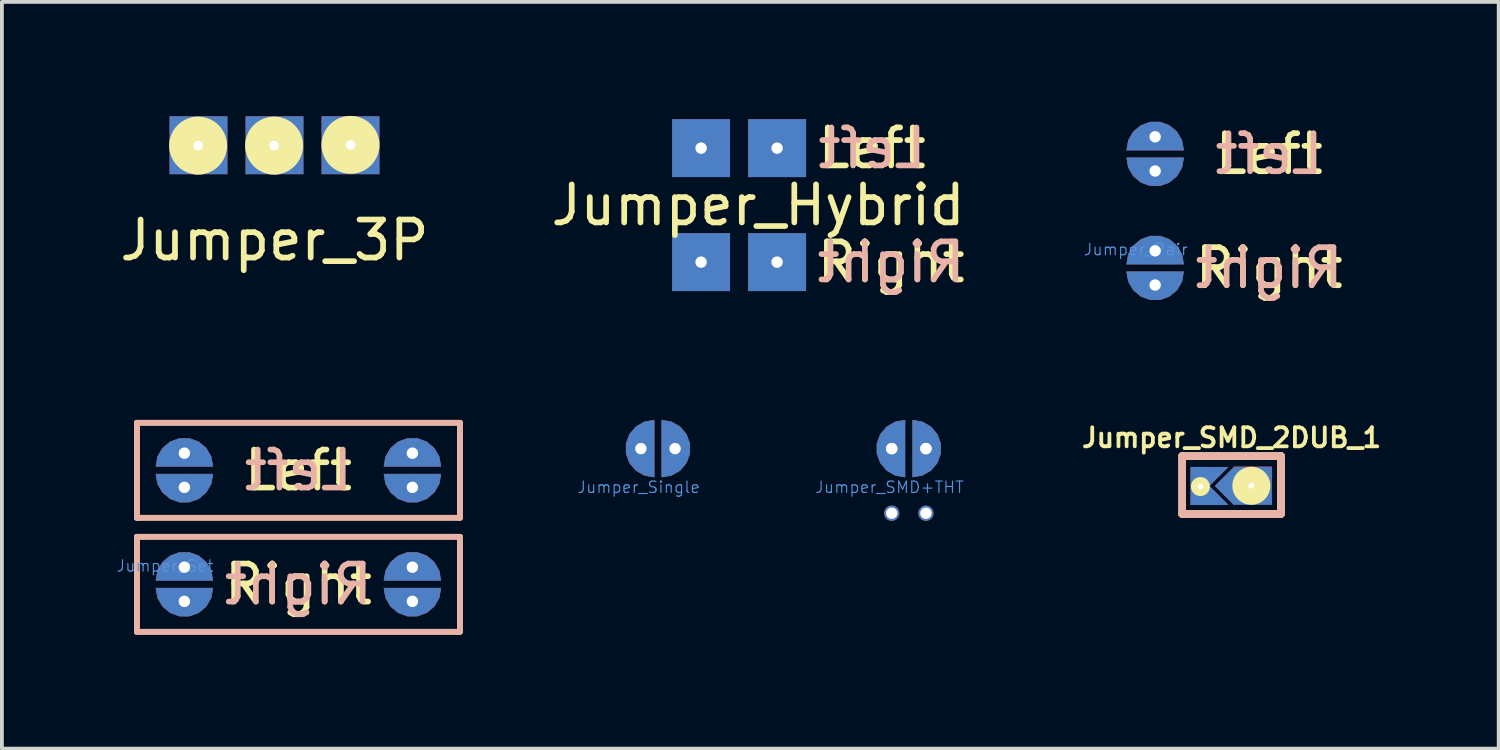
<source format=kicad_pcb>
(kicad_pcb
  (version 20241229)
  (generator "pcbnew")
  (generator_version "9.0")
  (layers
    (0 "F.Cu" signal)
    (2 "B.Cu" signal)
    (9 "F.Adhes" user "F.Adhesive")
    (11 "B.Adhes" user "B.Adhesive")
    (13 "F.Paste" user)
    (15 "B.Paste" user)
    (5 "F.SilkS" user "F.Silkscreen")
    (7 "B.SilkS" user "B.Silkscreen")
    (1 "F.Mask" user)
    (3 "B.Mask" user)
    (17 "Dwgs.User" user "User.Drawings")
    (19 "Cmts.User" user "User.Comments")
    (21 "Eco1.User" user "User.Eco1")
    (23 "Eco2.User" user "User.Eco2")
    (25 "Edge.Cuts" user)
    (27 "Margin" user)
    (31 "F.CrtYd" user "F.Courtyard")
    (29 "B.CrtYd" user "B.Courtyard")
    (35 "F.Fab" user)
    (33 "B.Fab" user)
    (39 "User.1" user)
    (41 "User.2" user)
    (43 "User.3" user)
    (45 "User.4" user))
  (footprint "Jumper_SMD+THT"
    (layer "F.Cu")
    (at 20.865 8.755)
    (property "Reference" "Jumper_SMD+THT" (at -0.508 1.016 0) (layer "Cmts.User") (effects (font (size 0.3 0.3) (thickness 0.03))))
    (attr through_hole)
    (fp_poly (pts (xy -0.1 -0.75) (xy -0.356 -0.705) (xy -0.582 -0.575) (xy -0.75 -0.375) (xy -0.839 -0.13) (xy -0.839 0.13) (xy -0.75 0.375) (xy -0.582 0.575) (xy -0.356 0.705) (xy -0.1 0.75) (xy -0.1 -0.75)) (stroke (width 0.01) (type solid)) (fill yes) (layer "F.Cu"))
    (fp_poly (pts (xy 0.1 0.75) (xy 0.356 0.705) (xy 0.582 0.575) (xy 0.75 0.375) (xy 0.839 0.13) (xy 0.839 -0.13) (xy 0.75 -0.375) (xy 0.582 -0.575) (xy 0.356 -0.705) (xy 0.1 -0.75) (xy 0.1 0.75)) (stroke (width 0.01) (type solid)) (fill yes) (layer "F.Cu"))
    (fp_poly (pts (xy -0.1 -0.75) (xy -0.356 -0.705) (xy -0.582 -0.575) (xy -0.75 -0.375) (xy -0.839 -0.13) (xy -0.839 0.13) (xy -0.75 0.375) (xy -0.582 0.575) (xy -0.356 0.705) (xy -0.1 0.75) (xy -0.1 -0.75)) (stroke (width 0.01) (type solid)) (fill yes) (layer "B.Cu"))
    (fp_poly (pts (xy 0.1 0.75) (xy 0.356 0.705) (xy 0.582 0.575) (xy 0.75 0.375) (xy 0.839 0.13) (xy 0.839 -0.13) (xy 0.75 -0.375) (xy 0.582 -0.575) (xy 0.356 -0.705) (xy 0.1 -0.75) (xy 0.1 0.75)) (stroke (width 0.01) (type solid)) (fill yes) (layer "B.Cu"))
    (pad "1" thru_hole circle (at -0.45 0) (size 0.4 0.4) (drill 0.3) (layers "*.Cu" "*.Mask"))
    (pad "1" thru_hole circle (at -0.45 0) (size 0.4 0.4) (drill 0.3) (layers "*.Cu" "*.Mask"))
    (pad "1" thru_hole circle (at -0.45 1.7) (size 0.4 0.4) (drill 0.3) (layers "*.Cu" "*.Mask"))
    (pad "2" thru_hole circle (at 0.45 0) (size 0.4 0.4) (drill 0.3) (layers "*.Cu" "*.Mask"))
    (pad "2" thru_hole circle (at 0.45 0) (size 0.4 0.4) (drill 0.3) (layers "*.Cu" "*.Mask"))
    (pad "2" thru_hole circle (at 0.45 1.7) (size 0.4 0.4) (drill 0.3) (layers "*.Cu" "*.Mask")))
  (footprint "Jumper_Single"
    (layer "F.Cu")
    (at 14.264 8.755)
    (property "Reference" "Jumper_Single" (at -0.508 1.016 0) (layer "Cmts.User") (effects (font (size 0.3 0.3) (thickness 0.03))))
    (attr through_hole)
    (fp_poly (pts (xy -0.1 -0.75) (xy -0.356 -0.705) (xy -0.582 -0.575) (xy -0.75 -0.375) (xy -0.839 -0.13) (xy -0.839 0.13) (xy -0.75 0.375) (xy -0.582 0.575) (xy -0.356 0.705) (xy -0.1 0.75) (xy -0.1 -0.75)) (stroke (width 0.01) (type solid)) (fill yes) (layer "F.Cu"))
    (fp_poly (pts (xy 0.1 0.75) (xy 0.356 0.705) (xy 0.582 0.575) (xy 0.75 0.375) (xy 0.839 0.13) (xy 0.839 -0.13) (xy 0.75 -0.375) (xy 0.582 -0.575) (xy 0.356 -0.705) (xy 0.1 -0.75) (xy 0.1 0.75)) (stroke (width 0.01) (type solid)) (fill yes) (layer "F.Cu"))
    (fp_poly (pts (xy -0.1 -0.75) (xy -0.356 -0.705) (xy -0.582 -0.575) (xy -0.75 -0.375) (xy -0.839 -0.13) (xy -0.839 0.13) (xy -0.75 0.375) (xy -0.582 0.575) (xy -0.356 0.705) (xy -0.1 0.75) (xy -0.1 -0.75)) (stroke (width 0.01) (type solid)) (fill yes) (layer "B.Cu"))
    (fp_poly (pts (xy 0.1 0.75) (xy 0.356 0.705) (xy 0.582 0.575) (xy 0.75 0.375) (xy 0.839 0.13) (xy 0.839 -0.13) (xy 0.75 -0.375) (xy 0.582 -0.575) (xy 0.356 -0.705) (xy 0.1 -0.75) (xy 0.1 0.75)) (stroke (width 0.01) (type solid)) (fill yes) (layer "B.Cu"))
    (pad "1" thru_hole circle (at -0.45 0) (size 0.4 0.4) (drill 0.3) (layers "*.Cu" "*.Mask"))
    (pad "2" thru_hole circle (at 0.45 0) (size 0.4 0.4) (drill 0.3) (layers "*.Cu" "*.Mask")))
  (footprint "Jumper_Set"
    (layer "F.Cu")
    (at 1.802 10.825)
    (property "Reference" "Jumper_Set" (at -0.508 1.016 0) (layer "Cmts.User") (effects (font (size 0.3 0.3) (thickness 0.03))))
    (attr through_hole)
    (fp_poly (pts (xy -0.75 -1.4) (xy -0.705 -1.143) (xy -0.575 -0.918) (xy -0.375 -0.75) (xy -0.13 -0.661) (xy 0.13 -0.661) (xy 0.375 -0.75) (xy 0.575 -0.918) (xy 0.705 -1.143) (xy 0.75 -1.4) (xy -0.75 -1.4)) (stroke (width 0.01) (type solid)) (fill yes) (layer "F.Cu"))
    (fp_poly (pts (xy -0.75 1.6) (xy -0.705 1.857) (xy -0.575 2.082) (xy -0.375 2.249) (xy -0.13 2.339) (xy 0.13 2.339) (xy 0.375 2.249) (xy 0.575 2.082) (xy 0.705 1.857) (xy 0.75 1.6) (xy -0.75 1.6)) (stroke (width 0.01) (type solid)) (fill yes) (layer "F.Cu"))
    (fp_poly (pts (xy 0.75 -1.6) (xy 0.705 -1.857) (xy 0.575 -2.082) (xy 0.375 -2.249) (xy 0.13 -2.339) (xy -0.13 -2.339) (xy -0.375 -2.249) (xy -0.575 -2.082) (xy -0.705 -1.857) (xy -0.75 -1.6) (xy 0.75 -1.6)) (stroke (width 0.01) (type solid)) (fill yes) (layer "F.Cu"))
    (fp_poly (pts (xy 0.75 1.4) (xy 0.705 1.143) (xy 0.575 0.918) (xy 0.375 0.75) (xy 0.13 0.661) (xy -0.13 0.661) (xy -0.375 0.75) (xy -0.575 0.918) (xy -0.705 1.143) (xy -0.75 1.4) (xy 0.75 1.4)) (stroke (width 0.01) (type solid)) (fill yes) (layer "F.Cu"))
    (fp_poly (pts (xy 5.25 -1.4) (xy 5.295 -1.143) (xy 5.426 -0.918) (xy 5.625 -0.75) (xy 5.87 -0.661) (xy 6.13 -0.661) (xy 6.375 -0.75) (xy 6.574 -0.918) (xy 6.705 -1.143) (xy 6.75 -1.4) (xy 5.25 -1.4)) (stroke (width 0.01) (type solid)) (fill yes) (layer "F.Cu"))
    (fp_poly (pts (xy 5.25 1.6) (xy 5.295 1.857) (xy 5.426 2.082) (xy 5.625 2.249) (xy 5.87 2.339) (xy 6.13 2.339) (xy 6.375 2.249) (xy 6.574 2.082) (xy 6.705 1.857) (xy 6.75 1.6) (xy 5.25 1.6)) (stroke (width 0.01) (type solid)) (fill yes) (layer "F.Cu"))
    (fp_poly (pts (xy 6.75 -1.6) (xy 6.705 -1.857) (xy 6.574 -2.082) (xy 6.375 -2.249) (xy 6.13 -2.339) (xy 5.87 -2.339) (xy 5.625 -2.249) (xy 5.426 -2.082) (xy 5.295 -1.857) (xy 5.25 -1.6) (xy 6.75 -1.6)) (stroke (width 0.01) (type solid)) (fill yes) (layer "F.Cu"))
    (fp_poly (pts (xy 6.75 1.4) (xy 6.705 1.143) (xy 6.574 0.918) (xy 6.375 0.75) (xy 6.13 0.661) (xy 5.87 0.661) (xy 5.625 0.75) (xy 5.426 0.918) (xy 5.295 1.143) (xy 5.25 1.4) (xy 6.75 1.4)) (stroke (width 0.01) (type solid)) (fill yes) (layer "F.Cu"))
    (fp_poly (pts (xy -0.75 -1.4) (xy -0.705 -1.143) (xy -0.575 -0.918) (xy -0.375 -0.75) (xy -0.13 -0.661) (xy 0.13 -0.661) (xy 0.375 -0.75) (xy 0.575 -0.918) (xy 0.705 -1.143) (xy 0.75 -1.4) (xy -0.75 -1.4)) (stroke (width 0.01) (type solid)) (fill yes) (layer "B.Cu"))
    (fp_poly (pts (xy -0.75 1.6) (xy -0.705 1.857) (xy -0.575 2.082) (xy -0.375 2.249) (xy -0.13 2.339) (xy 0.13 2.339) (xy 0.375 2.249) (xy 0.575 2.082) (xy 0.705 1.857) (xy 0.75 1.6) (xy -0.75 1.6)) (stroke (width 0.01) (type solid)) (fill yes) (layer "B.Cu"))
    (fp_poly (pts (xy 0.75 -1.6) (xy 0.705 -1.857) (xy 0.575 -2.082) (xy 0.375 -2.249) (xy 0.13 -2.339) (xy -0.13 -2.339) (xy -0.375 -2.249) (xy -0.575 -2.082) (xy -0.705 -1.857) (xy -0.75 -1.6) (xy 0.75 -1.6)) (stroke (width 0.01) (type solid)) (fill yes) (layer "B.Cu"))
    (fp_poly (pts (xy 0.75 1.4) (xy 0.705 1.143) (xy 0.575 0.918) (xy 0.375 0.75) (xy 0.13 0.661) (xy -0.13 0.661) (xy -0.375 0.75) (xy -0.575 0.918) (xy -0.705 1.143) (xy -0.75 1.4) (xy 0.75 1.4)) (stroke (width 0.01) (type solid)) (fill yes) (layer "B.Cu"))
    (fp_poly (pts (xy 5.25 -1.4) (xy 5.295 -1.143) (xy 5.426 -0.918) (xy 5.625 -0.75) (xy 5.87 -0.661) (xy 6.13 -0.661) (xy 6.375 -0.75) (xy 6.574 -0.918) (xy 6.705 -1.143) (xy 6.75 -1.4) (xy 5.25 -1.4)) (stroke (width 0.01) (type solid)) (fill yes) (layer "B.Cu"))
    (fp_poly (pts (xy 5.25 1.6) (xy 5.295 1.857) (xy 5.426 2.082) (xy 5.625 2.249) (xy 5.87 2.339) (xy 6.13 2.339) (xy 6.375 2.249) (xy 6.574 2.082) (xy 6.705 1.857) (xy 6.75 1.6) (xy 5.25 1.6)) (stroke (width 0.01) (type solid)) (fill yes) (layer "B.Cu"))
    (fp_poly (pts (xy 6.75 -1.6) (xy 6.705 -1.857) (xy 6.574 -2.082) (xy 6.375 -2.249) (xy 6.13 -2.339) (xy 5.87 -2.339) (xy 5.625 -2.249) (xy 5.426 -2.082) (xy 5.295 -1.857) (xy 5.25 -1.6) (xy 6.75 -1.6)) (stroke (width 0.01) (type solid)) (fill yes) (layer "B.Cu"))
    (fp_poly (pts (xy 6.75 1.4) (xy 6.705 1.143) (xy 6.574 0.918) (xy 6.375 0.75) (xy 6.13 0.661) (xy 5.87 0.661) (xy 5.625 0.75) (xy 5.426 0.918) (xy 5.295 1.143) (xy 5.25 1.4) (xy 6.75 1.4)) (stroke (width 0.01) (type solid)) (fill yes) (layer "B.Cu"))
    (fp_line (start -1.25 -2.75) (end 7.25 -2.75) (stroke (width 0.15) (type solid)) (layer "F.SilkS"))
    (fp_line (start -1.25 -0.25) (end -1.25 -2.75) (stroke (width 0.15) (type solid)) (layer "F.SilkS"))
    (fp_line (start -1.25 0.25) (end -1.25 2.75) (stroke (width 0.15) (type solid)) (layer "F.SilkS"))
    (fp_line (start -1.25 2.75) (end 7.25 2.75) (stroke (width 0.15) (type solid)) (layer "F.SilkS"))
    (fp_line (start 7.25 -2.75) (end 7.25 -0.25) (stroke (width 0.15) (type solid)) (layer "F.SilkS"))
    (fp_line (start 7.25 -0.25) (end -1.25 -0.25) (stroke (width 0.15) (type solid)) (layer "F.SilkS"))
    (fp_line (start 7.25 0.25) (end -1.25 0.25) (stroke (width 0.15) (type solid)) (layer "F.SilkS"))
    (fp_line (start 7.25 2.75) (end 7.25 0.25) (stroke (width 0.15) (type solid)) (layer "F.SilkS"))
    (fp_line (start -1.25 -2.75) (end 7.25 -2.75) (stroke (width 0.15) (type solid)) (layer "B.SilkS"))
    (fp_line (start -1.25 -0.25) (end -1.25 -2.75) (stroke (width 0.15) (type solid)) (layer "B.SilkS"))
    (fp_line (start -1.25 0.25) (end -1.25 2.75) (stroke (width 0.15) (type solid)) (layer "B.SilkS"))
    (fp_line (start -1.25 2.75) (end 7.25 2.75) (stroke (width 0.15) (type solid)) (layer "B.SilkS"))
    (fp_line (start 7.25 -2.75) (end 7.25 -0.25) (stroke (width 0.15) (type solid)) (layer "B.SilkS"))
    (fp_line (start 7.25 -0.25) (end -1.25 -0.25) (stroke (width 0.15) (type solid)) (layer "B.SilkS"))
    (fp_line (start 7.25 0.25) (end -1.25 0.25) (stroke (width 0.15) (type solid)) (layer "B.SilkS"))
    (fp_line (start 7.25 2.75) (end 7.25 0.25) (stroke (width 0.15) (type solid)) (layer "B.SilkS"))
    (fp_text user "Left" (at 3 -1.5 0) (layer "F.SilkS") (effects (font (size 1 1) (thickness 0.15))))
    (fp_text user "Right" (at 3 1.5 0) (layer "F.SilkS") (effects (font (size 1 1) (thickness 0.15))))
    (fp_text user "Left" (at 3 -1.5 0) (layer "B.SilkS") (effects (font (size 1 1) (thickness 0.15)) (justify mirror)))
    (fp_text user "Right" (at 3 1.5 0) (layer "B.SilkS") (effects (font (size 1 1) (thickness 0.15)) (justify mirror)))
    (pad "" smd circle (at 0 -1.5) (size 2 2) (layers "*.Mask"))
    (pad "" smd circle (at 0 1.5) (size 2 2) (layers "*.Mask"))
    (pad "" smd circle (at 6 -1.5) (size 2 2) (layers "*.Mask"))
    (pad "" smd circle (at 6 1.5) (size 2 2) (layers "*.Mask"))
    (pad "1" thru_hole circle (at 0 -1.95) (size 0.4 0.4) (drill 0.3) (layers "*.Cu" "*.Mask"))
    (pad "2" thru_hole circle (at 0 -1.05) (size 0.4 0.4) (drill 0.3) (layers "*.Cu" "*.Mask"))
    (pad "2" thru_hole circle (at 0 1.05) (size 0.4 0.4) (drill 0.3) (layers "*.Cu" "*.Mask"))
    (pad "3" thru_hole circle (at 0 1.95) (size 0.4 0.4) (drill 0.3) (layers "*.Cu" "*.Mask"))
    (pad "4" thru_hole circle (at 6 -1.95) (size 0.4 0.4) (drill 0.3) (layers "*.Cu" "*.Mask"))
    (pad "5" thru_hole circle (at 6 -1.05) (size 0.4 0.4) (drill 0.3) (layers "*.Cu" "*.Mask"))
    (pad "5" thru_hole circle (at 6 1.05) (size 0.4 0.4) (drill 0.3) (layers "*.Cu" "*.Mask"))
    (pad "6" thru_hole circle (at 6 1.95) (size 0.4 0.4) (drill 0.3) (layers "*.Cu" "*.Mask")))
  (footprint "Jumper_SMD_2DUB_1"
    (layer "F.Cu")
    (at 29.358 9.713)
    (property "Reference" "Jumper_SMD_2DUB_1" (at 0 -1.245 0) (layer "F.SilkS") (effects (font (size 0.5 0.5) (thickness 0.1))))
    (attr through_hole)
    (fp_line (start -1.3 -0.762) (end 1.3 -0.762) (stroke (width 0.2) (type solid)) (layer "F.SilkS"))
    (fp_line (start -1.3 0.762) (end -1.3 -0.762) (stroke (width 0.2) (type solid)) (layer "F.SilkS"))
    (fp_line (start 1.3 -0.762) (end 1.3 0.762) (stroke (width 0.2) (type solid)) (layer "F.SilkS"))
    (fp_line (start 1.3 0.762) (end -1.3 0.762) (stroke (width 0.2) (type solid)) (layer "F.SilkS"))
    (fp_line (start -1.3 -0.762) (end 1.3 -0.762) (stroke (width 0.2) (type solid)) (layer "B.SilkS"))
    (fp_line (start -1.3 0.762) (end -1.3 -0.762) (stroke (width 0.2) (type solid)) (layer "B.SilkS"))
    (fp_line (start 1.3 -0.762) (end 1.3 0.762) (stroke (width 0.2) (type solid)) (layer "B.SilkS"))
    (fp_line (start 1.3 0.762) (end -1.3 0.762) (stroke (width 0.2) (type solid)) (layer "B.SilkS"))
    (pad "1" smd rect (at -0.831 0.025 180) (size 0.5 1) (layers "F.Cu" "F.Mask" "F.Paste"))
    (pad "1" smd rect (at -0.831 0.025 180) (size 0.5 1) (layers "B.Cu" "B.Mask" "B.Paste"))
    (pad "1" thru_hole circle (at -0.82 0.04) (size 0.5 0.5) (drill 0.15) (layers "*.Cu" "*.Mask" "F.SilkS"))
    (pad "1" smd trapezoid (at -0.581 -0.225 180) (size 0.5 0.5) (rect_delta 0 0.5) (layers "F.Cu" "F.Mask" "F.Paste"))
    (pad "1" smd trapezoid (at -0.581 -0.225 180) (size 0.5 0.5) (rect_delta 0 0.5) (layers "B.Cu" "B.Mask" "B.Paste"))
    (pad "1" smd trapezoid (at -0.581 0.275) (size 0.5 0.5) (rect_delta 0 0.5) (layers "F.Cu" "F.Mask" "F.Paste"))
    (pad "1" smd trapezoid (at -0.581 0.275) (size 0.5 0.5) (rect_delta 0 0.5) (layers "B.Cu" "B.Mask" "B.Paste"))
    (pad "2" smd rect (at 0.059 0.025 45) (size 0.707 0.707) (layers "F.Cu" "F.Mask" "F.Paste"))
    (pad "2" smd rect (at 0.059 0.025 45) (size 0.707 0.707) (layers "B.Cu" "B.Mask" "B.Paste"))
    (pad "2" thru_hole circle (at 0.52 0.02) (size 1 1) (drill 0.15) (layers "*.Cu" "*.Mask" "F.SilkS"))
    (pad "2" smd rect (at 0.56 0.01) (size 1 1) (layers "F.Cu" "F.Mask" "F.Paste"))
    (pad "2" smd rect (at 0.56 0.02) (size 1 1) (layers "B.Cu" "B.Mask" "B.Paste")))
  (footprint "Jumper_3P"
    (layer "F.Cu")
    (at 4.173 2.772)
    (property "Reference" "Jumper_3P" (at 0 0.5 0) (layer "F.SilkS") (effects (font (size 1 1) (thickness 0.15))))
    (attr through_hole)
    (pad "1" thru_hole circle (at -2.01 -1.99) (size 1.524 1.524) (drill 0.25) (layers "*.Cu" "*.Mask" "F.SilkS"))
    (pad "1" smd rect (at -2 -2) (size 1.524 1.524) (layers "F.Cu" "F.Mask" "F.Paste"))
    (pad "1" smd rect (at -2 -2) (size 1.524 1.524) (layers "F.Mask" "B.Cu" "F.Paste"))
    (pad "2" thru_hole circle (at -0.01 -1.99) (size 1.524 1.524) (drill 0.25) (layers "*.Cu" "*.Mask" "F.SilkS"))
    (pad "2" smd rect (at 0 -2) (size 1.524 1.524) (layers "F.Cu" "F.Mask" "F.Paste"))
    (pad "2" smd rect (at 0 -2) (size 1.524 1.524) (layers "F.Mask" "B.Cu" "F.Paste"))
    (pad "3" thru_hole circle (at 2 -2.01) (size 1.524 1.524) (drill 0.25) (layers "*.Cu" "*.Mask" "F.SilkS"))
    (pad "3" smd rect (at 2 -2) (size 1.524 1.524) (layers "F.Cu" "F.Mask" "F.Paste"))
    (pad "3" smd rect (at 2 -2) (size 1.524 1.524) (layers "F.Mask" "B.Cu" "F.Paste")))
  (footprint "Jumper_Pair"
    (layer "F.Cu")
    (at 27.347 2.5)
    (property "Reference" "Jumper_Pair" (at -0.508 1.016 0) (layer "Cmts.User") (effects (font (size 0.3 0.3) (thickness 0.03))))
    (attr through_hole)
    (fp_poly (pts (xy -0.75 -1.4) (xy -0.705 -1.143) (xy -0.575 -0.918) (xy -0.375 -0.75) (xy -0.13 -0.661) (xy 0.13 -0.661) (xy 0.375 -0.75) (xy 0.575 -0.918) (xy 0.705 -1.143) (xy 0.75 -1.4) (xy -0.75 -1.4)) (stroke (width 0.01) (type solid)) (fill yes) (layer "F.Cu"))
    (fp_poly (pts (xy -0.75 1.6) (xy -0.705 1.857) (xy -0.575 2.082) (xy -0.375 2.249) (xy -0.13 2.339) (xy 0.13 2.339) (xy 0.375 2.249) (xy 0.575 2.082) (xy 0.705 1.857) (xy 0.75 1.6) (xy -0.75 1.6)) (stroke (width 0.01) (type solid)) (fill yes) (layer "F.Cu"))
    (fp_poly (pts (xy 0.75 -1.6) (xy 0.705 -1.857) (xy 0.575 -2.082) (xy 0.375 -2.249) (xy 0.13 -2.339) (xy -0.13 -2.339) (xy -0.375 -2.249) (xy -0.575 -2.082) (xy -0.705 -1.857) (xy -0.75 -1.6) (xy 0.75 -1.6)) (stroke (width 0.01) (type solid)) (fill yes) (layer "F.Cu"))
    (fp_poly (pts (xy 0.75 1.4) (xy 0.705 1.143) (xy 0.575 0.918) (xy 0.375 0.75) (xy 0.13 0.661) (xy -0.13 0.661) (xy -0.375 0.75) (xy -0.575 0.918) (xy -0.705 1.143) (xy -0.75 1.4) (xy 0.75 1.4)) (stroke (width 0.01) (type solid)) (fill yes) (layer "F.Cu"))
    (fp_poly (pts (xy -0.75 -1.4) (xy -0.705 -1.143) (xy -0.575 -0.918) (xy -0.375 -0.75) (xy -0.13 -0.661) (xy 0.13 -0.661) (xy 0.375 -0.75) (xy 0.575 -0.918) (xy 0.705 -1.143) (xy 0.75 -1.4) (xy -0.75 -1.4)) (stroke (width 0.01) (type solid)) (fill yes) (layer "B.Cu"))
    (fp_poly (pts (xy -0.75 1.6) (xy -0.705 1.857) (xy -0.575 2.082) (xy -0.375 2.249) (xy -0.13 2.339) (xy 0.13 2.339) (xy 0.375 2.249) (xy 0.575 2.082) (xy 0.705 1.857) (xy 0.75 1.6) (xy -0.75 1.6)) (stroke (width 0.01) (type solid)) (fill yes) (layer "B.Cu"))
    (fp_poly (pts (xy 0.75 -1.6) (xy 0.705 -1.857) (xy 0.575 -2.082) (xy 0.375 -2.249) (xy 0.13 -2.339) (xy -0.13 -2.339) (xy -0.375 -2.249) (xy -0.575 -2.082) (xy -0.705 -1.857) (xy -0.75 -1.6) (xy 0.75 -1.6)) (stroke (width 0.01) (type solid)) (fill yes) (layer "B.Cu"))
    (fp_poly (pts (xy 0.75 1.4) (xy 0.705 1.143) (xy 0.575 0.918) (xy 0.375 0.75) (xy 0.13 0.661) (xy -0.13 0.661) (xy -0.375 0.75) (xy -0.575 0.918) (xy -0.705 1.143) (xy -0.75 1.4) (xy 0.75 1.4)) (stroke (width 0.01) (type solid)) (fill yes) (layer "B.Cu"))
    (fp_text user "Left" (at 3 -1.5 0) (layer "F.SilkS") (effects (font (size 1 1) (thickness 0.15))))
    (fp_text user "Right" (at 3 1.5 0) (layer "F.SilkS") (effects (font (size 1 1) (thickness 0.15))))
    (fp_text user "Left" (at 3 -1.5 0) (layer "B.SilkS") (effects (font (size 1 1) (thickness 0.15)) (justify mirror)))
    (fp_text user "Right" (at 3 1.5 0) (layer "B.SilkS") (effects (font (size 1 1) (thickness 0.15)) (justify mirror)))
    (pad "" smd circle (at 0 -1.5) (size 2 2) (layers "*.Mask"))
    (pad "" smd circle (at 0 1.5) (size 2 2) (layers "*.Mask"))
    (pad "1" thru_hole circle (at 0 -1.95) (size 0.4 0.4) (drill 0.3) (layers "*.Cu" "*.Mask"))
    (pad "2" thru_hole circle (at 0 -1.05) (size 0.4 0.4) (drill 0.3) (layers "*.Cu" "*.Mask"))
    (pad "2" thru_hole circle (at 0 1.05) (size 0.4 0.4) (drill 0.3) (layers "*.Cu" "*.Mask"))
    (pad "3" thru_hole circle (at 0 1.95) (size 0.4 0.4) (drill 0.3) (layers "*.Cu" "*.Mask")))
  (footprint "Jumper_Hybrid"
    (layer "F.Cu")
    (at 16.399 2.348)
    (property "Reference" "Jumper_Hybrid" (at 0.5 0 0) (layer "F.SilkS") (effects (font (size 1 1) (thickness 0.15))))
    (attr through_hole)
    (fp_text user "Right" (at 4 1.5 0) (layer "F.SilkS") (effects (font (size 1 1) (thickness 0.15))))
    (fp_text user "Left" (at 3.5 -1.5 0) (layer "F.SilkS") (effects (font (size 1 1) (thickness 0.15))))
    (fp_text user "Left" (at 3.5 -1.5 0) (layer "B.SilkS") (effects (font (size 1 1) (thickness 0.15)) (justify mirror)))
    (fp_text user "Right" (at 4 1.5 0) (layer "B.SilkS") (effects (font (size 1 1) (thickness 0.15)) (justify mirror)))
    (pad "1" thru_hole rect (at -1 -1.5) (size 1.524 1.524) (drill 0.3) (layers "*.Cu" "*.Mask"))
    (pad "2" thru_hole rect (at 1 -1.5) (size 1.524 1.524) (drill 0.3) (layers "*.Cu" "*.Mask"))
    (pad "2" thru_hole rect (at 1 1.5) (size 1.524 1.524) (drill 0.3) (layers "*.Cu" "*.Mask"))
    (pad "3" thru_hole rect (at -1 1.5) (size 1.524 1.524) (drill 0.3) (layers "*.Cu" "*.Mask")))
  (gr_rect
    (start -3 -3)
    (end 36.387 16.65)
    (stroke (width 0.1) (type default))
    (fill no)
    (layer "Edge.Cuts")))
</source>
